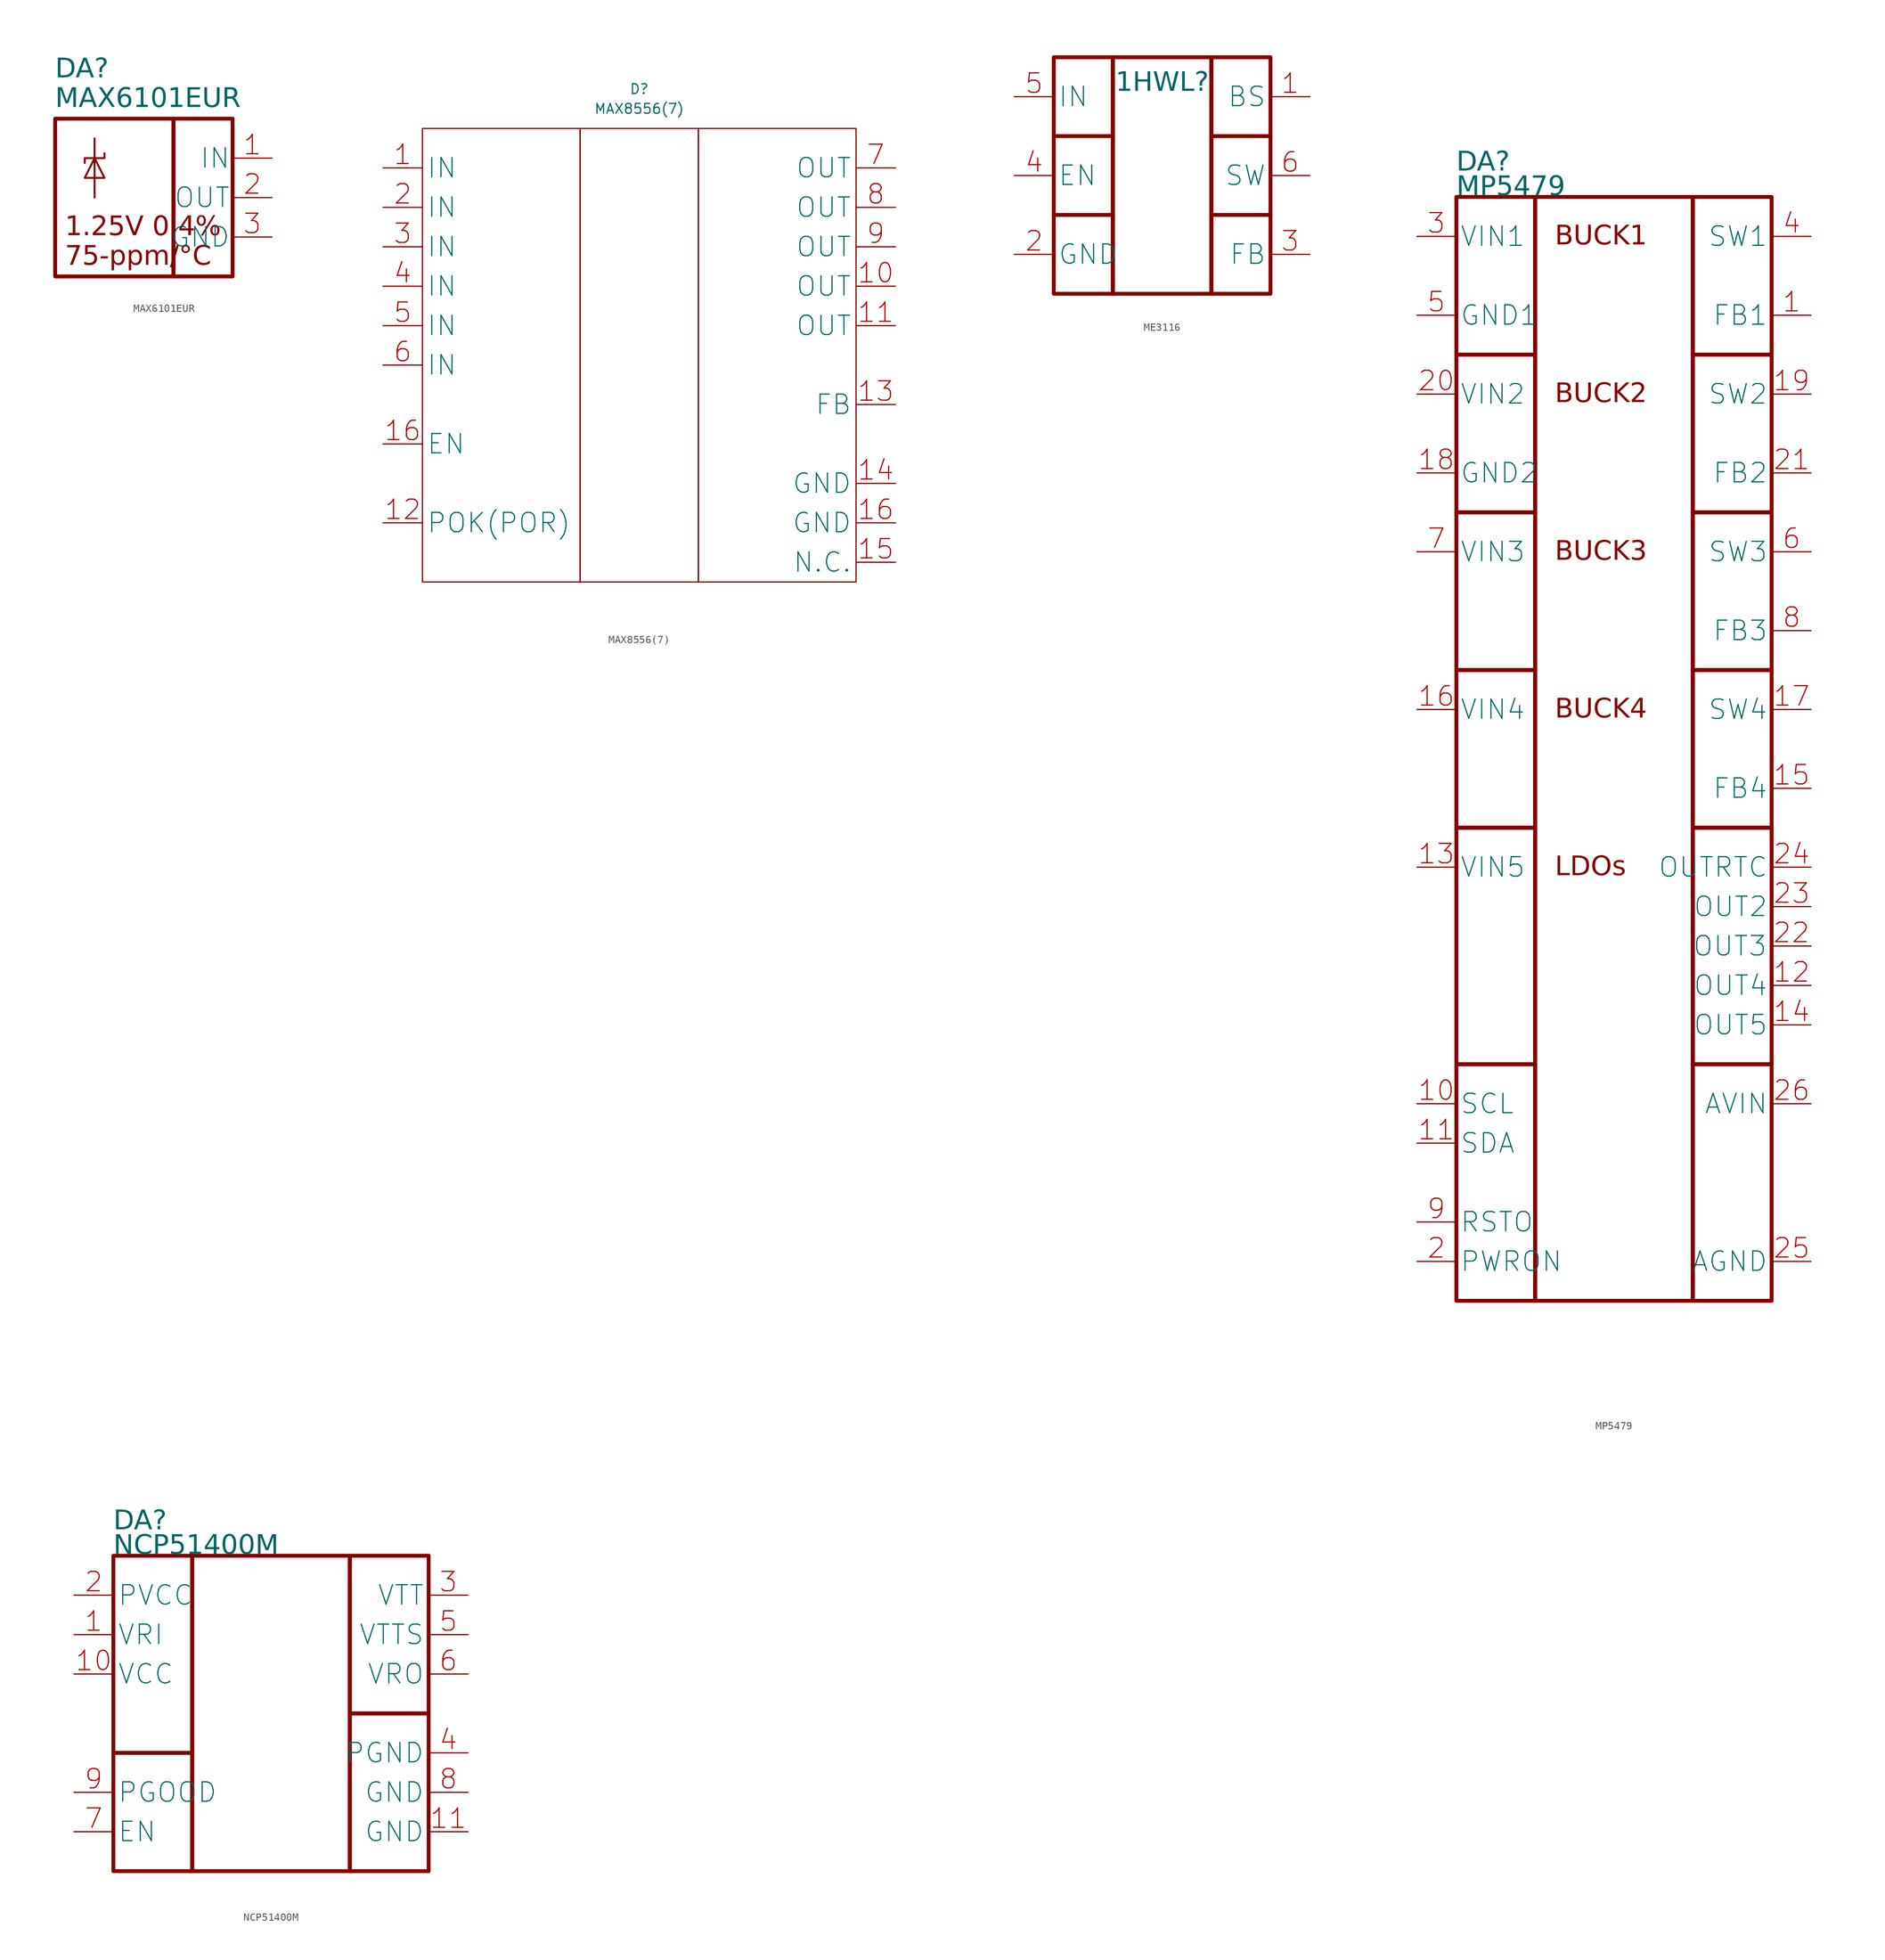
<source format=kicad_sym>
(kicad_symbol_lib
  (version 20241209)
  (generator "kicad_symbol_editor")
  (generator_version "9.0")
  (symbol "MAX6101EUR"
    (pin_names
      (offset 0.254))
    (property "Reference" "DA"
      (at -15.24 6.35 0)
      (effects (font (face "GOST type A") (size 2.5 2.5) (italic yes)) (justify left)))
    (property "Value" "MAX6101EUR"
      (at -15.24 2.54 0)
      (effects (font (face "GOST type A") (size 2.5 2.5) (italic yes)) (justify left)))
    (symbol "MAX6101EUR_1_1"
      (rectangle (start -15.24 0) (end 0 -20.32) (stroke (width 0.5) (type default)) (fill (type none)))
      (polyline (pts (xy -11.43 -7.62) (xy -8.89 -7.62) (xy -10.16 -5.08) (xy -11.43 -7.62)) (stroke (width 0.25) (type default)) (fill (type none)))
      (polyline (pts (xy -10.16 -2.54) (xy -10.16 -10.16)) (stroke (width 0.25) (type default)) (fill (type none)))
      (polyline (pts (xy -8.89 -4.445) (xy -8.89 -5.08) (xy -11.43 -5.08) (xy -11.43 -5.715)) (stroke (width 0.25) (type default)) (fill (type none)))
      (rectangle (start 0 0) (end 7.62 -20.32) (stroke (width 0.5) (type default)) (fill (type none)))
      (text "1.25V 0.4%" (at -13.97 -13.97 0) (effects (font (face "GOST type A") (size 2.489 2.489) (italic yes)) (justify left)))
      (text "75-ppm/°C" (at -13.97 -17.78 0) (effects (font (face "GOST type A") (size 2.489 2.489) (italic yes)) (justify left)))
      (pin power_in line (at 12.7 -5.08 180) (length 5.08) (name "IN" (effects (font (size 2.5 2.5)))) (number "1" (effects (font (size 2.5 2.5)))))
      (pin power_out line (at 12.7 -10.16 180) (length 5.08) (name "OUT" (effects (font (size 2.5 2.5)))) (number "2" (effects (font (size 2.5 2.5)))))
      (pin power_in line (at 12.7 -15.24 180) (length 5.08) (name "GND" (effects (font (size 2.5 2.5)))) (number "3" (effects (font (size 2.5 2.5)))))))
  (symbol "MAX8556(7)"
    (property "Reference" "D"
      (at 0 5.08 0)
      (effects (font (size 1.27 1.27))))
    (property "Value" "MAX8556(7)"
      (at 0 2.54 0)
      (effects (font (size 1.27 1.27))))
    (symbol "MAX8556(7)_0_1"
      (rectangle (start -27.94 0) (end -7.62 -58.42) (stroke (width 0) (type default)) (fill (type none)))
      (rectangle (start -7.62 0) (end 7.62 -58.42) (stroke (width 0) (type default)) (fill (type none)))
      (rectangle (start 7.62 0) (end 27.94 -58.42) (stroke (width 0) (type default)) (fill (type none))))
    (symbol "MAX8556(7)_1_1"
      (pin power_in line (at -33.02 -5.08 0) (length 5.08) (name "IN" (effects (font (size 2.489 2.489)))) (number "1" (effects (font (size 2.489 2.489)))))
      (pin power_in line (at -33.02 -10.16 0) (length 5.08) (name "IN" (effects (font (size 2.489 2.489)))) (number "2" (effects (font (size 2.489 2.489)))))
      (pin power_in line (at -33.02 -15.24 0) (length 5.08) (name "IN" (effects (font (size 2.489 2.489)))) (number "3" (effects (font (size 2.489 2.489)))))
      (pin power_in line (at -33.02 -20.32 0) (length 5.08) (name "IN" (effects (font (size 2.489 2.489)))) (number "4" (effects (font (size 2.489 2.489)))))
      (pin power_in line (at -33.02 -25.4 0) (length 5.08) (name "IN" (effects (font (size 2.489 2.489)))) (number "5" (effects (font (size 2.489 2.489)))))
      (pin power_in line (at -33.02 -30.48 0) (length 5.08) (name "IN" (effects (font (size 2.489 2.489)))) (number "6" (effects (font (size 2.489 2.489)))))
      (pin passive line (at -33.02 -40.64 0) (length 5.08) (name "EN" (effects (font (size 2.489 2.489)))) (number "16" (effects (font (size 2.489 2.489)))))
      (pin passive line (at -33.02 -50.8 0) (length 5.08) (name "POK(POR)" (effects (font (size 2.489 2.489)))) (number "12" (effects (font (size 2.489 2.489)))))
      (pin power_in line (at 33.02 -5.08 180) (length 5.08) (name "OUT" (effects (font (size 2.489 2.489)))) (number "7" (effects (font (size 2.489 2.489)))))
      (pin power_in line (at 33.02 -10.16 180) (length 5.08) (name "OUT" (effects (font (size 2.489 2.489)))) (number "8" (effects (font (size 2.489 2.489)))))
      (pin power_in line (at 33.02 -15.24 180) (length 5.08) (name "OUT" (effects (font (size 2.489 2.489)))) (number "9" (effects (font (size 2.489 2.489)))))
      (pin power_in line (at 33.02 -20.32 180) (length 5.08) (name "OUT" (effects (font (size 2.489 2.489)))) (number "10" (effects (font (size 2.489 2.489)))))
      (pin power_in line (at 33.02 -25.4 180) (length 5.08) (name "OUT" (effects (font (size 2.489 2.489)))) (number "11" (effects (font (size 2.489 2.489)))))
      (pin passive line (at 33.02 -35.56 180) (length 5.08) (name "FB" (effects (font (size 2.489 2.489)))) (number "13" (effects (font (size 2.489 2.489)))))
      (pin passive line (at 33.02 -45.72 180) (length 5.08) (name "GND" (effects (font (size 2.489 2.489)))) (number "14" (effects (font (size 2.489 2.489)))))
      (pin passive line (at 33.02 -50.8 180) (length 5.08) (name "GND" (effects (font (size 2.489 2.489)))) (number "16" (effects (font (size 2.489 2.489)))))
      (pin passive line (at 33.02 -55.88 180) (length 5.08) (name "N.C." (effects (font (size 2.489 2.489)))) (number "15" (effects (font (size 2.489 2.489)))))))
  (symbol "ME3116"
    (property "Reference" "1HWL"
      (at 13.97 -3.302 0)
      (effects (font (face "GOST type A") (size 2.48 2.48))))
    (property "Value" ""
      (at 0 0 0)
      (effects (font (size 1.27 1.27))))
    (symbol "ME3116_1_1"
      (rectangle (start 0 0) (end 7.62 -30.48) (stroke (width 0.5) (type default)) (fill (type none)))
      (polyline (pts (xy 0 -10.16) (xy 7.62 -10.16)) (stroke (width 0.5) (type solid)) (fill (type none)))
      (polyline (pts (xy 0 -20.32) (xy 7.62 -20.32)) (stroke (width 0.5) (type solid)) (fill (type none)))
      (rectangle (start 7.62 0) (end 20.32 -30.48) (stroke (width 0.5) (type default)) (fill (type none)))
      (rectangle (start 20.32 0) (end 27.94 -30.48) (stroke (width 0.5) (type default)) (fill (type none)))
      (polyline (pts (xy 20.32 -10.16) (xy 27.94 -10.16)) (stroke (width 0.5) (type solid)) (fill (type none)))
      (polyline (pts (xy 20.32 -20.32) (xy 27.94 -20.32)) (stroke (width 0.5) (type solid)) (fill (type none)))
      (pin power_in line (at -5.08 -5.08 0) (length 5.08) (name "IN" (effects (font (size 2.5 2.5)))) (number "5" (effects (font (size 2.5 2.5)))))
      (pin input line (at -5.08 -15.24 0) (length 5.08) (name "EN" (effects (font (size 2.5 2.5)))) (number "4" (effects (font (size 2.5 2.5)))))
      (pin power_in line (at -5.08 -25.4 0) (length 5.08) (name "GND" (effects (font (size 2.5 2.5)))) (number "2" (effects (font (size 2.5 2.5)))))
      (pin input line (at 33.02 -5.08 180) (length 5.08) (name "BS" (effects (font (size 2.5 2.5)))) (number "1" (effects (font (size 2.5 2.5)))))
      (pin power_out line (at 33.02 -15.24 180) (length 5.08) (name "SW" (effects (font (size 2.5 2.5)))) (number "6" (effects (font (size 2.5 2.5)))))
      (pin input line (at 33.02 -25.4 180) (length 5.08) (name "FB" (effects (font (size 2.5 2.5)))) (number "3" (effects (font (size 2.5 2.5)))))))
  (symbol "MP5479"
    (property "Reference" "DA"
      (at -20.32 4.445 0)
      (effects (font (face "GOST type A") (size 2.5 2.5) (italic yes)) (justify left)))
    (property "Value" "MP5479"
      (at -20.32 1.27 0)
      (effects (font (face "GOST type A") (size 2.5 2.5) (italic yes)) (justify left)))
    (symbol "MP5479_1_1"
      (rectangle (start -20.32 0) (end -10.16 -20.32) (stroke (width 0.5) (type default)) (fill (type none)))
      (rectangle (start -20.32 -20.32) (end -10.16 -40.64) (stroke (width 0.5) (type default)) (fill (type none)))
      (rectangle (start -20.32 -40.64) (end -10.16 -60.96) (stroke (width 0.5) (type default)) (fill (type none)))
      (rectangle (start -20.32 -60.96) (end -10.16 -81.28) (stroke (width 0.5) (type default)) (fill (type none)))
      (rectangle (start -20.32 -81.28) (end -10.16 -111.76) (stroke (width 0.5) (type default)) (fill (type none)))
      (rectangle (start -20.32 -111.76) (end -10.16 -142.24) (stroke (width 0.5) (type default)) (fill (type none)))
      (rectangle (start -10.16 0) (end 10.16 -142.24) (stroke (width 0.5) (type default)) (fill (type none)))
      (rectangle (start 10.16 0) (end 20.32 -20.32) (stroke (width 0.5) (type default)) (fill (type none)))
      (rectangle (start 10.16 -20.32) (end 20.32 -40.64) (stroke (width 0.5) (type default)) (fill (type none)))
      (rectangle (start 10.16 -40.64) (end 20.32 -60.96) (stroke (width 0.5) (type default)) (fill (type none)))
      (rectangle (start 10.16 -60.96) (end 20.32 -81.28) (stroke (width 0.5) (type default)) (fill (type none)))
      (rectangle (start 10.16 -81.28) (end 20.32 -111.76) (stroke (width 0.5) (type default)) (fill (type none)))
      (rectangle (start 10.16 -111.76) (end 20.32 -142.24) (stroke (width 0.5) (type default)) (fill (type none)))
      (text "BUCK1" (at -7.62 -5.08 0) (effects (font (face "GOST type A") (size 2.489 2.489) (italic yes)) (justify left)))
      (text "BUCK2" (at -7.62 -25.4 0) (effects (font (face "GOST type A") (size 2.489 2.489) (italic yes)) (justify left)))
      (text "BUCK3" (at -7.62 -45.72 0) (effects (font (face "GOST type A") (size 2.489 2.489) (italic yes)) (justify left)))
      (text "BUCK4" (at -7.62 -66.04 0) (effects (font (face "GOST type A") (size 2.489 2.489) (italic yes)) (justify left)))
      (text "LDOs" (at -7.62 -86.36 0) (effects (font (face "GOST type A") (size 2.489 2.489) (italic yes)) (justify left)))
      (pin power_in line (at -25.4 -5.08 0) (length 5) (name "VIN1" (effects (font (size 2.5 2.5)))) (number "3" (effects (font (size 2.5 2.5)))))
      (pin power_in line (at -25.4 -15.24 0) (length 5) (name "GND1" (effects (font (size 2.5 2.5)))) (number "5" (effects (font (size 2.5 2.5)))))
      (pin power_in line (at -25.4 -25.4 0) (length 5) (name "VIN2" (effects (font (size 2.5 2.5)))) (number "20" (effects (font (size 2.5 2.5)))))
      (pin power_in line (at -25.4 -35.56 0) (length 5) (name "GND2" (effects (font (size 2.5 2.5)))) (number "18" (effects (font (size 2.5 2.5)))))
      (pin power_in line (at -25.4 -45.72 0) (length 5) (name "VIN3" (effects (font (size 2.5 2.5)))) (number "7" (effects (font (size 2.5 2.5)))))
      (pin power_in line (at -25.4 -66.04 0) (length 5) (name "VIN4" (effects (font (size 2.5 2.5)))) (number "16" (effects (font (size 2.5 2.5)))))
      (pin power_in line (at -25.4 -86.36 0) (length 5) (name "VIN5" (effects (font (size 2.5 2.5)))) (number "13" (effects (font (size 2.5 2.5)))))
      (pin input line (at -25.4 -116.84 0) (length 5) (name "SCL" (effects (font (size 2.5 2.5)))) (number "10" (effects (font (size 2.5 2.5)))))
      (pin bidirectional line (at -25.4 -121.92 0) (length 5) (name "SDA" (effects (font (size 2.5 2.5)))) (number "11" (effects (font (size 2.5 2.5)))))
      (pin open_collector line (at -25.4 -132.08 0) (length 5) (name "RSTO" (effects (font (size 2.5 2.5)))) (number "9" (effects (font (size 2.5 2.5)))))
      (pin input line (at -25.4 -137.16 0) (length 5) (name "PWRON" (effects (font (size 2.5 2.5)))) (number "2" (effects (font (size 2.5 2.5)))))
      (pin power_out line (at 25.4 -5.08 180) (length 5) (name "SW1" (effects (font (size 2.5 2.5)))) (number "4" (effects (font (size 2.5 2.5)))))
      (pin passive line (at 25.4 -15.24 180) (length 5) (name "FB1" (effects (font (size 2.5 2.5)))) (number "1" (effects (font (size 2.5 2.5)))))
      (pin power_out line (at 25.4 -25.4 180) (length 5) (name "SW2" (effects (font (size 2.5 2.5)))) (number "19" (effects (font (size 2.5 2.5)))))
      (pin passive line (at 25.4 -35.56 180) (length 5) (name "FB2" (effects (font (size 2.5 2.5)))) (number "21" (effects (font (size 2.5 2.5)))))
      (pin power_out line (at 25.4 -45.72 180) (length 5) (name "SW3" (effects (font (size 2.5 2.5)))) (number "6" (effects (font (size 2.5 2.5)))) (alternate "SW3_SL" passive line))
      (pin passive line (at 25.4 -55.88 180) (length 5) (name "FB3" (effects (font (size 2.5 2.5)))) (number "8" (effects (font (size 2.5 2.5)))))
      (pin power_out line (at 25.4 -66.04 180) (length 5) (name "SW4" (effects (font (size 2.5 2.5)))) (number "17" (effects (font (size 2.5 2.5)))) (alternate "SW4_SL" passive line))
      (pin passive line (at 25.4 -76.2 180) (length 5) (name "FB4" (effects (font (size 2.5 2.5)))) (number "15" (effects (font (size 2.5 2.5)))))
      (pin power_out line (at 25.4 -86.36 180) (length 5) (name "OUTRTC" (effects (font (size 2.5 2.5)))) (number "24" (effects (font (size 2.5 2.5)))))
      (pin power_out line (at 25.4 -91.44 180) (length 5) (name "OUT2" (effects (font (size 2.5 2.5)))) (number "23" (effects (font (size 2.5 2.5)))) (alternate "EN1" input line))
      (pin power_out line (at 25.4 -96.52 180) (length 5.08) (name "OUT3" (effects (font (size 2.5 2.5)))) (number "22" (effects (font (size 2.5 2.5)))))
      (pin power_out line (at 25.4 -101.6 180) (length 5) (name "OUT4" (effects (font (size 2.5 2.5)))) (number "12" (effects (font (size 2.5 2.5)))))
      (pin power_out line (at 25.4 -106.68 180) (length 5) (name "OUT5" (effects (font (size 2.5 2.5)))) (number "14" (effects (font (size 2.5 2.5)))))
      (pin power_in line (at 25.4 -116.84 180) (length 5) (name "AVIN" (effects (font (size 2.5 2.5)))) (number "26" (effects (font (size 2.5 2.5)))))
      (pin power_in line (at 25.4 -137.16 180) (length 5) (name "AGND" (effects (font (size 2.5 2.5)))) (number "25" (effects (font (size 2.5 2.5)))))))
  (symbol "NCP51400M"
    (property "Reference" "DA"
      (at -20.32 24.765 0)
      (effects (font (face "GOST type A") (size 2.5 2.5) (italic yes)) (justify left)))
    (property "Value" "NCP51400M"
      (at -20.32 21.59 0)
      (effects (font (face "GOST type A") (size 2.5 2.5) (italic yes)) (justify left)))
    (symbol "NCP51400M_1_1"
      (rectangle (start -20.32 20.32) (end -10.16 -5.08) (stroke (width 0.5) (type default)) (fill (type none)))
      (rectangle (start -20.32 -5.08) (end -10.16 -20.32) (stroke (width 0.5) (type default)) (fill (type none)))
      (rectangle (start -10.16 20.32) (end 10.16 -20.32) (stroke (width 0.5) (type default)) (fill (type none)))
      (rectangle (start 10.16 20.32) (end 20.32 0) (stroke (width 0.5) (type default)) (fill (type none)))
      (rectangle (start 10.16 0) (end 20.32 -20.32) (stroke (width 0.5) (type default)) (fill (type none)))
      (pin power_in line (at -25.4 15.24 0) (length 5.08) (name "PVCC" (effects (font (size 2.5 2.5)))) (number "2" (effects (font (size 2.5 2.5)))))
      (pin input line (at -25.4 10.16 0) (length 5.08) (name "VRI" (effects (font (size 2.5 2.5)))) (number "1" (effects (font (size 2.5 2.5)))))
      (pin power_in line (at -25.4 5.08 0) (length 5.08) (name "VCC" (effects (font (size 2.5 2.5)))) (number "10" (effects (font (size 2.5 2.5)))))
      (pin open_collector line (at -25.4 -10.16 0) (length 5.08) (name "PGOOD" (effects (font (size 2.5 2.5)))) (number "9" (effects (font (size 2.5 2.5)))))
      (pin input line (at -25.4 -15.24 0) (length 5.08) (name "EN" (effects (font (size 2.5 2.5)))) (number "7" (effects (font (size 2.5 2.5)))))
      (pin power_out line (at 25.4 15.24 180) (length 5.08) (name "VTT" (effects (font (size 2.5 2.5)))) (number "3" (effects (font (size 2.5 2.5)))))
      (pin input line (at 25.4 10.16 180) (length 5.08) (name "VTTS" (effects (font (size 2.5 2.5)))) (number "5" (effects (font (size 2.5 2.5)))))
      (pin power_out line (at 25.4 5.08 180) (length 5.08) (name "VRO" (effects (font (size 2.5 2.5)))) (number "6" (effects (font (size 2.5 2.5)))))
      (pin passive line (at 25.4 -5.08 180) (length 5.08) (name "PGND" (effects (font (size 2.5 2.5)))) (number "4" (effects (font (size 2.5 2.5)))))
      (pin power_in line (at 25.4 -10.16 180) (length 5.08) (name "GND" (effects (font (size 2.5 2.5)))) (number "8" (effects (font (size 2.5 2.5)))))
      (pin passive line (at 25.4 -15.24 180) (length 5.08) (name "GND" (effects (font (size 2.5 2.5)))) (number "11" (effects (font (size 2.5 2.5))))))))
</source>
